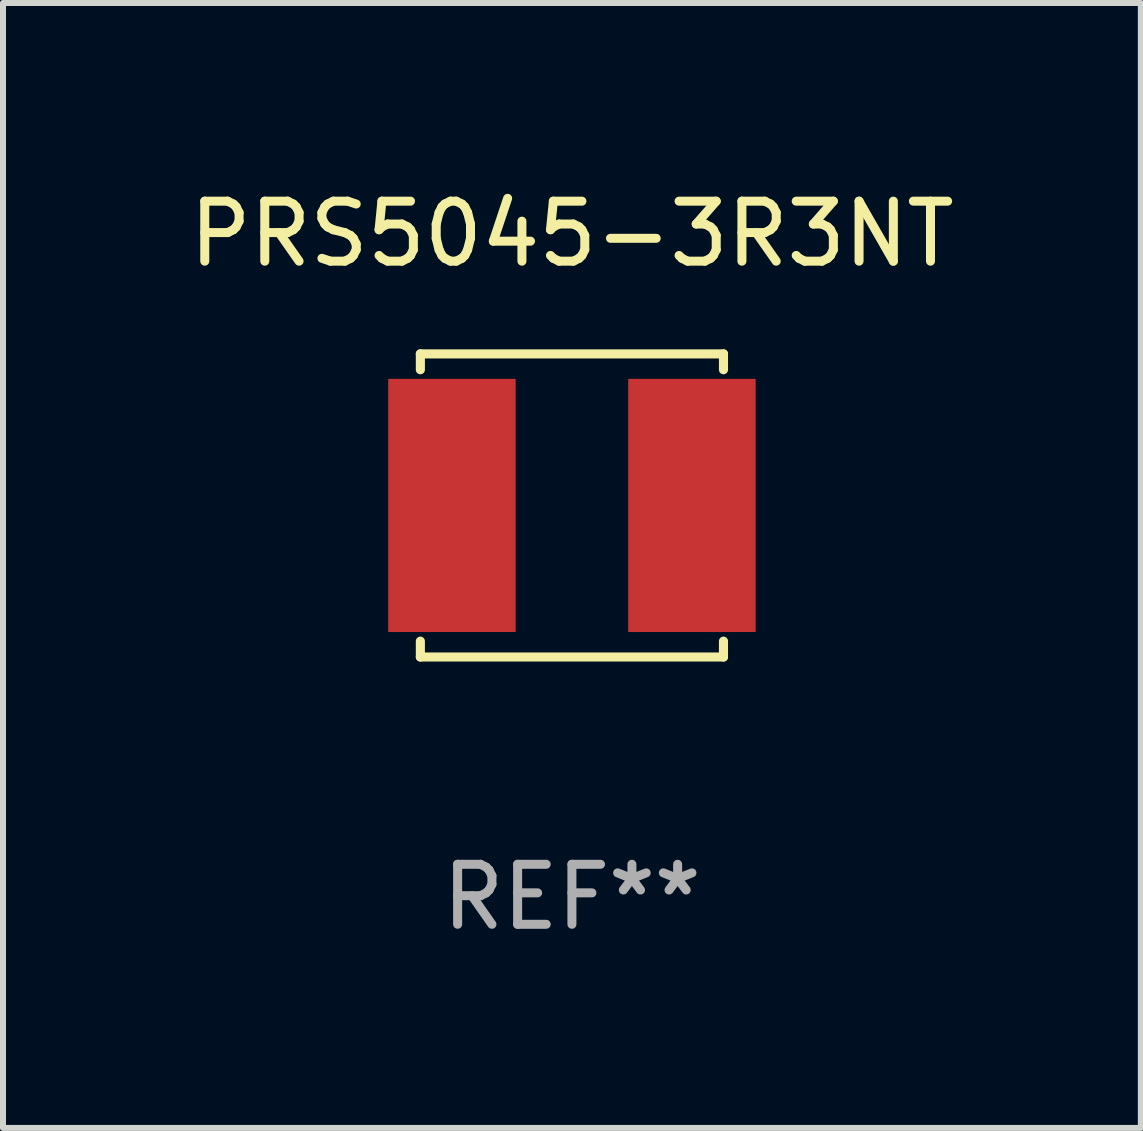
<source format=kicad_pcb>
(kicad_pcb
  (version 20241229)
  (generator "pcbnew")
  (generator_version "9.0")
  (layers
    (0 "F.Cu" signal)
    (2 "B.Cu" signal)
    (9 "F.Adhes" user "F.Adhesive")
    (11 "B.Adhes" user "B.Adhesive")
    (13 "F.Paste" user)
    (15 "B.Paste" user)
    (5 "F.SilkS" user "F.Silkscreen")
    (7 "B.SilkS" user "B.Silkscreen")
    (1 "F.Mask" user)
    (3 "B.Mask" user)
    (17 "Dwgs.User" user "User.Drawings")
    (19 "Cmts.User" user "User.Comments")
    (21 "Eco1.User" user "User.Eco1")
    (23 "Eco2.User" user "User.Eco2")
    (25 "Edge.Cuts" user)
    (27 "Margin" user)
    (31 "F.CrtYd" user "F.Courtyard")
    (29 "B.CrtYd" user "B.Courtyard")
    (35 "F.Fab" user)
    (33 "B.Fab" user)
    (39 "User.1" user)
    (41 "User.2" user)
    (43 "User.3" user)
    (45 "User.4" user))
  (footprint "PRS5045-3R3NT"
    (layer "F.Cu")
    (at 6.482 5.374)
    (property "Reference" "PRS5045-3R3NT" (at 0 -4.526 0) (layer "F.SilkS") (effects (font (size 1 1) (thickness 0.15))))
    (attr through_hole)
    (fp_line (start -2.526 -2.526) (end 2.526 -2.526) (stroke (width 0.152) (type solid)) (layer "F.SilkS"))
    (fp_line (start -2.526 -2.262) (end -2.526 -2.526) (stroke (width 0.152) (type solid)) (layer "F.SilkS"))
    (fp_line (start -2.526 2.262) (end -2.526 2.526) (stroke (width 0.152) (type solid)) (layer "F.SilkS"))
    (fp_line (start -2.526 2.526) (end 2.526 2.526) (stroke (width 0.152) (type solid)) (layer "F.SilkS"))
    (fp_line (start 2.526 -2.526) (end 2.526 -2.262) (stroke (width 0.152) (type solid)) (layer "F.SilkS"))
    (fp_line (start 2.526 2.526) (end 2.526 2.262) (stroke (width 0.152) (type solid)) (layer "F.SilkS"))
    (fp_circle (center 2.5 -2.5) (end 2.53 -2.5) (stroke (width 0.06) (type solid)) (fill no) (layer "F.SilkS"))
    (fp_text user "REF**" (at 0 6.526 0) (layer "F.Fab") (effects (font (size 1 1) (thickness 0.15))))
    (pad "1" smd rect (at 2 0) (size 2.124 4.22) (layers "F.Cu" "F.Mask" "F.Paste"))
    (pad "2" smd rect (at -2 0) (size 2.124 4.22) (layers "F.Cu" "F.Mask" "F.Paste")))
  (gr_rect
    (start -3 -3)
    (end 15.964 15.749)
    (stroke (width 0.1) (type default))
    (fill no)
    (layer "Edge.Cuts")))
</source>
